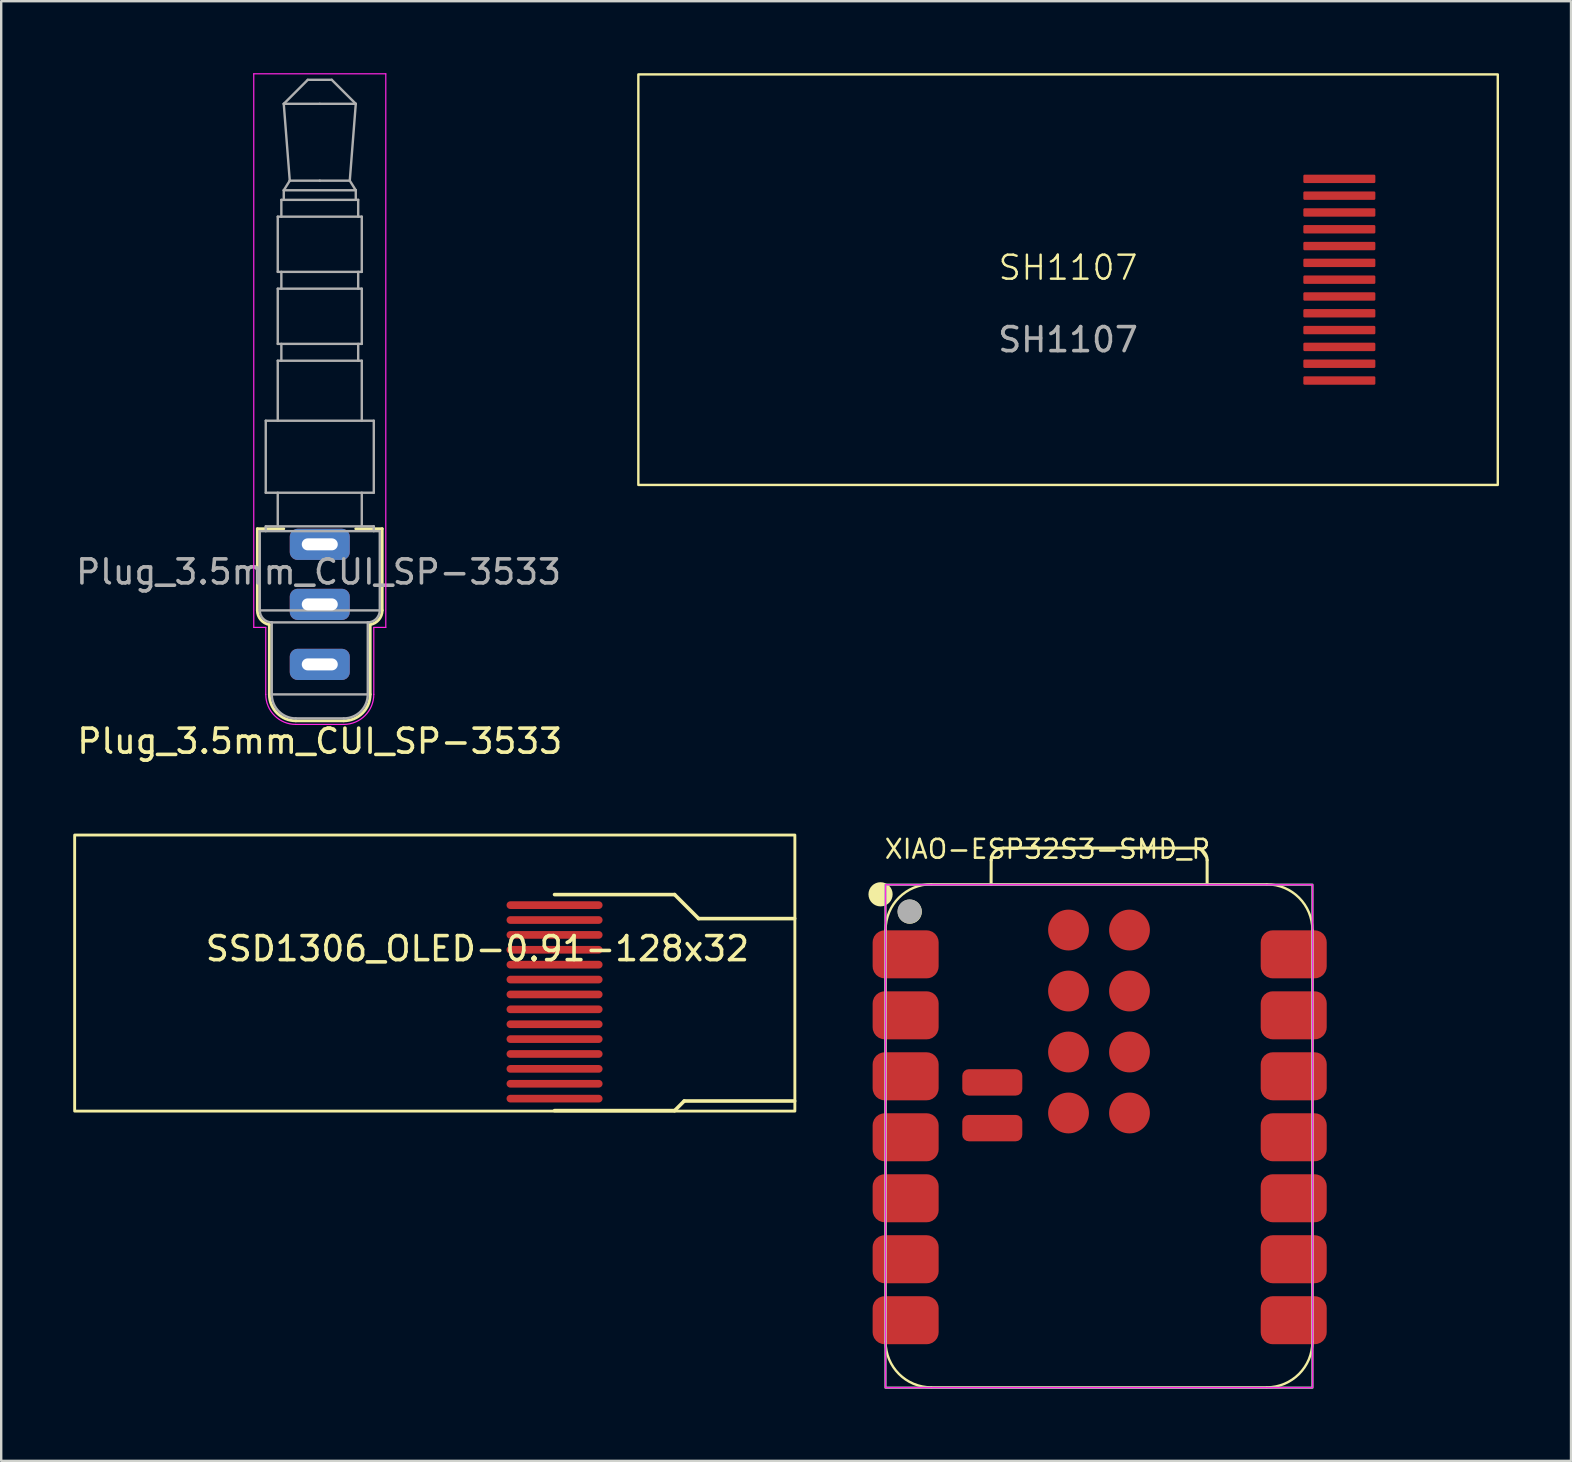
<source format=kicad_pcb>
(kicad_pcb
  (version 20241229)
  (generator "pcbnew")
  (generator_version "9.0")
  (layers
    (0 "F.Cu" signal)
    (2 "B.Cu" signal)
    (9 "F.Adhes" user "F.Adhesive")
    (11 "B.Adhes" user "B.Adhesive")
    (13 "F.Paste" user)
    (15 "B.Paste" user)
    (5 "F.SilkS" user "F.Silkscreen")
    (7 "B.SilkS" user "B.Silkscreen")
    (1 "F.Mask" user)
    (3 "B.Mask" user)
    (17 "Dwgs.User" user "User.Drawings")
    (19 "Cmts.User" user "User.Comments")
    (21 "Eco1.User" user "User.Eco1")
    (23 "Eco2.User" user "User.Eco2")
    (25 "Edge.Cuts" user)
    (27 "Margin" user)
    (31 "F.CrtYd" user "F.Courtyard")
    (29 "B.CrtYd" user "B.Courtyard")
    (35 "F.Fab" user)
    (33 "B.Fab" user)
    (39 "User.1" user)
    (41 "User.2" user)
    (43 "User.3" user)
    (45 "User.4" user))
  (footprint "XIAO-ESP32S3-SMD_R"
    (layer "F.Cu")
    (at 42.735 44.276)
    (property "Reference" "XIAO-ESP32S3-SMD_R" (at -9 -11.5 0) (layer "F.SilkS") (effects (font (size 0.782 0.782) (thickness 0.107)) (justify left bottom)))
    (fp_line (start -8.896 8.56) (end -8.896 -8.585) (stroke (width 0.1) (type solid)) (layer "F.SilkS"))
    (fp_line (start -6.991 10.465) (end 6.979 10.465) (stroke (width 0.1) (type solid)) (layer "F.SilkS"))
    (fp_line (start -4.501 -10.49) (end -4.498 -11.5) (stroke (width 0.127) (type solid)) (layer "F.SilkS"))
    (fp_line (start -3.998 -12) (end 3.998 -12) (stroke (width 0.127) (type solid)) (layer "F.SilkS"))
    (fp_line (start 4.498 -11.5) (end 4.498 -10.49) (stroke (width 0.127) (type solid)) (layer "F.SilkS"))
    (fp_line (start 6.979 -10.49) (end -6.991 -10.49) (stroke (width 0.1) (type solid)) (layer "F.SilkS"))
    (fp_line (start 8.884 8.56) (end 8.884 -8.585) (stroke (width 0.1) (type solid)) (layer "F.SilkS"))
    (fp_arc (start -8.896364 -8.589) (mid -8.338402 -9.936038) (end -6.991364 -10.494) (stroke (width 0.1) (type solid)) (layer "F.SilkS"))
    (fp_arc (start -6.991364 10.465) (mid -8.338402 9.907038) (end -8.896364 8.56) (stroke (width 0.1) (type solid)) (layer "F.SilkS"))
    (fp_arc (start -4.497636 -11.500272) (mid -4.351088 -11.853644) (end -3.997636 -12) (stroke (width 0.127) (type default)) (layer "F.SilkS"))
    (fp_arc (start 3.997636 -12) (mid 4.351189 -11.853553) (end 4.497636 -11.5) (stroke (width 0.127) (type default)) (layer "F.SilkS"))
    (fp_arc (start 6.978636 -10.49) (mid 8.325674 -9.932038) (end 8.883636 -8.585) (stroke (width 0.1) (type solid)) (layer "F.SilkS"))
    (fp_arc (start 8.883636 8.56) (mid 8.325674 9.907038) (end 6.978636 10.465) (stroke (width 0.1) (type solid)) (layer "F.SilkS"))
    (fp_circle (center -9.106 -10.074) (end -9.106 -10.328) (stroke (width 0.5) (type solid)) (fill yes) (layer "F.SilkS"))
    (fp_circle (center -7.889 -9.351) (end -7.889 -9.605) (stroke (width 0.5) (type solid)) (fill yes) (layer "F.SilkS"))
    (fp_rect (start -8.899 -10.475) (end 8.891 10.473) (stroke (width 0.05) (type default)) (fill no) (layer "F.CrtYd"))
    (fp_rect (start -8.901 -10.475) (end 8.883 10.476) (stroke (width 0.1) (type default)) (fill no) (layer "F.Fab"))
    (fp_circle (center -7.897 -9.358) (end -7.897 -9.612) (stroke (width 0.5) (type solid)) (fill no) (layer "F.Fab"))
    (pad "1" smd roundrect (at -8.061 -7.573) (size 2.75 2) (layers "F.Cu" "F.Mask" "F.Paste") (roundrect_rratio 0.25))
    (pad "2" smd roundrect (at -8.061 -5.033) (size 2.75 2) (layers "F.Cu" "F.Mask" "F.Paste") (roundrect_rratio 0.25))
    (pad "3" smd roundrect (at -8.061 -2.493) (size 2.75 2) (layers "F.Cu" "F.Mask" "F.Paste") (roundrect_rratio 0.25))
    (pad "4" smd roundrect (at -8.061 0.047) (size 2.75 2) (layers "F.Cu" "F.Mask" "F.Paste") (roundrect_rratio 0.25))
    (pad "5" smd roundrect (at -8.061 2.587) (size 2.75 2) (layers "F.Cu" "F.Mask" "F.Paste") (roundrect_rratio 0.25))
    (pad "6" smd roundrect (at -8.061 5.127) (size 2.75 2) (layers "F.Cu" "F.Mask" "F.Paste") (roundrect_rratio 0.25))
    (pad "7" smd roundrect (at -8.061 7.667) (size 2.75 2) (layers "F.Cu" "F.Mask" "F.Paste") (roundrect_rratio 0.25))
    (pad "8" smd roundrect (at 8.104 7.667) (size 2.75 2) (layers "F.Cu" "F.Mask" "F.Paste") (roundrect_rratio 0.25))
    (pad "9" smd roundrect (at 8.104 5.127) (size 2.75 2) (layers "F.Cu" "F.Mask" "F.Paste") (roundrect_rratio 0.25))
    (pad "10" smd roundrect (at 8.104 2.587) (size 2.75 2) (layers "F.Cu" "F.Mask" "F.Paste") (roundrect_rratio 0.25))
    (pad "11" smd roundrect (at 8.104 0.047) (size 2.75 2) (layers "F.Cu" "F.Mask" "F.Paste") (roundrect_rratio 0.25))
    (pad "12" smd roundrect (at 8.104 -2.493) (size 2.75 2) (layers "F.Cu" "F.Mask" "F.Paste") (roundrect_rratio 0.25))
    (pad "13" smd roundrect (at 8.104 -5.033) (size 2.75 2) (layers "F.Cu" "F.Mask" "F.Paste") (roundrect_rratio 0.25))
    (pad "14" smd roundrect (at 8.104 -7.573) (size 2.75 2) (layers "F.Cu" "F.Mask" "F.Paste") (roundrect_rratio 0.25))
    (pad "15" smd roundrect (at -4.451 -0.335 180) (size 2.5 1.1) (layers "F.Cu" "F.Mask" "F.Paste") (roundrect_rratio 0.25))
    (pad "16" smd roundrect (at -4.451 -2.24 180) (size 2.5 1.1) (layers "F.Cu" "F.Mask" "F.Paste") (roundrect_rratio 0.25))
    (pad "17" smd circle (at -1.276 -8.585) (size 1.7 1.7) (layers "F.Cu" "F.Mask" "F.Paste"))
    (pad "18" smd circle (at 1.264 -8.585) (size 1.7 1.7) (layers "F.Cu" "F.Mask" "F.Paste"))
    (pad "19" smd circle (at -1.276 -6.045) (size 1.7 1.7) (layers "F.Cu" "F.Mask" "F.Paste"))
    (pad "20" smd circle (at 1.264 -6.045) (size 1.7 1.7) (layers "F.Cu" "F.Mask" "F.Paste"))
    (pad "21" smd circle (at -1.276 -3.505) (size 1.7 1.7) (layers "F.Cu" "F.Mask" "F.Paste"))
    (pad "22" smd circle (at 1.264 -3.505) (size 1.7 1.7) (layers "F.Cu" "F.Mask" "F.Paste"))
    (pad "23" smd circle (at -1.276 -0.965) (size 1.7 1.7) (layers "F.Cu" "F.Mask" "F.Paste"))
    (pad "24" smd circle (at 1.264 -0.965) (size 1.7 1.7) (layers "F.Cu" "F.Mask" "F.Paste")))
  (footprint "SSD1306_OLED-0.91-128x32"
    (layer "F.Cu")
    (at 15.06 37.483)
    (property "Reference" "SSD1306_OLED-0.91-128x32" (at 1.778 -1.016 0) (layer "F.SilkS") (effects (font (size 1 1) (thickness 0.15))))
    (attr through_hole)
    (fp_line (start 4.99 -3.27) (end 9.99 -3.27) (stroke (width 0.15) (type solid)) (layer "F.SilkS"))
    (fp_line (start 4.99 5.73) (end 9.99 5.73) (stroke (width 0.15) (type solid)) (layer "F.SilkS"))
    (fp_line (start 9.99 -3.27) (end 10.99 -2.27) (stroke (width 0.15) (type solid)) (layer "F.SilkS"))
    (fp_line (start 9.99 5.73) (end 10.39 5.33) (stroke (width 0.15) (type solid)) (layer "F.SilkS"))
    (fp_line (start 10.39 5.33) (end 14.99 5.33) (stroke (width 0.15) (type solid)) (layer "F.SilkS"))
    (fp_line (start 10.99 -2.27) (end 14.99 -2.27) (stroke (width 0.15) (type solid)) (layer "F.SilkS"))
    (fp_rect (start -15 -5.75) (end 15 5.75) (stroke (width 0.12) (type solid)) (fill no) (layer "F.SilkS"))
    (pad "1" smd oval (at 4.99 5.23) (size 4 0.32) (layers "F.Cu" "F.Mask" "F.Paste"))
    (pad "2" smd oval (at 4.99 4.61) (size 4 0.32) (layers "F.Cu" "F.Mask" "F.Paste"))
    (pad "3" smd oval (at 4.99 3.99) (size 4 0.32) (layers "F.Cu" "F.Mask" "F.Paste"))
    (pad "4" smd oval (at 4.99 3.37) (size 4 0.32) (layers "F.Cu" "F.Mask" "F.Paste"))
    (pad "5" smd oval (at 4.99 2.75) (size 4 0.32) (layers "F.Cu" "F.Mask" "F.Paste"))
    (pad "6" smd oval (at 4.99 2.13) (size 4 0.32) (layers "F.Cu" "F.Mask" "F.Paste"))
    (pad "7" smd oval (at 4.99 1.51) (size 4 0.32) (layers "F.Cu" "F.Mask" "F.Paste"))
    (pad "8" smd oval (at 4.99 0.89) (size 4 0.32) (layers "F.Cu" "F.Mask" "F.Paste"))
    (pad "9" smd oval (at 4.99 0.27) (size 4 0.32) (layers "F.Cu" "F.Mask" "F.Paste"))
    (pad "10" smd oval (at 4.99 -0.35) (size 4 0.32) (layers "F.Cu" "F.Mask" "F.Paste"))
    (pad "11" smd oval (at 4.99 -0.97) (size 4 0.32) (layers "F.Cu" "F.Mask" "F.Paste"))
    (pad "12" smd oval (at 4.99 -1.59) (size 4 0.32) (layers "F.Cu" "F.Mask" "F.Paste"))
    (pad "13" smd oval (at 4.99 -2.21) (size 4 0.32) (layers "F.Cu" "F.Mask" "F.Paste"))
    (pad "14" smd oval (at 4.99 -2.83) (size 4 0.32) (layers "F.Cu" "F.Mask" "F.Paste")))
  (footprint "SH1107"
    (layer "F.Cu")
    (at 41.44 8.6)
    (property "Reference" "SH1107" (at 0 -0.5 0) (unlocked yes) (layer "F.SilkS") (effects (font (size 1 1) (thickness 0.1))))
    (attr smd)
    (fp_rect (start -17.9 -8.55) (end 17.9 8.55) (stroke (width 0.1) (type solid)) (fill no) (layer "F.SilkS"))
    (fp_text user "${REFERENCE}" (at 0 2.5 0) (unlocked yes) (layer "F.Fab") (effects (font (size 1 1) (thickness 0.15))))
    (pad "1" smd roundrect (at 11.3 -4.2) (size 3 0.35) (layers "F.Cu" "F.Mask" "F.Paste") (roundrect_rratio 0.15))
    (pad "2" smd roundrect (at 11.3 -3.5) (size 3 0.35) (layers "F.Cu" "F.Mask" "F.Paste") (roundrect_rratio 0.15))
    (pad "3" smd roundrect (at 11.3 -2.8) (size 3 0.35) (layers "F.Cu" "F.Mask" "F.Paste") (roundrect_rratio 0.15))
    (pad "4" smd roundrect (at 11.3 -2.1) (size 3 0.35) (layers "F.Cu" "F.Mask" "F.Paste") (roundrect_rratio 0.15))
    (pad "5" smd roundrect (at 11.3 -1.4) (size 3 0.35) (layers "F.Cu" "F.Mask" "F.Paste") (roundrect_rratio 0.15))
    (pad "6" smd roundrect (at 11.3 -0.7) (size 3 0.35) (layers "F.Cu" "F.Mask" "F.Paste") (roundrect_rratio 0.15))
    (pad "7" smd roundrect (at 11.3 0) (size 3 0.35) (layers "F.Cu" "F.Mask" "F.Paste") (roundrect_rratio 0.15))
    (pad "8" smd roundrect (at 11.3 0.7) (size 3 0.35) (layers "F.Cu" "F.Mask" "F.Paste") (roundrect_rratio 0.15))
    (pad "9" smd roundrect (at 11.3 1.4) (size 3 0.35) (layers "F.Cu" "F.Mask" "F.Paste") (roundrect_rratio 0.15))
    (pad "10" smd roundrect (at 11.3 2.1) (size 3 0.35) (layers "F.Cu" "F.Mask" "F.Paste") (roundrect_rratio 0.15))
    (pad "11" smd roundrect (at 11.3 2.8) (size 3 0.35) (layers "F.Cu" "F.Mask" "F.Paste") (roundrect_rratio 0.15))
    (pad "12" smd roundrect (at 11.3 3.5) (size 3 0.35) (layers "F.Cu" "F.Mask" "F.Paste") (roundrect_rratio 0.15))
    (pad "13" smd roundrect (at 11.3 4.2) (size 3 0.35) (layers "F.Cu" "F.Mask" "F.Paste") (roundrect_rratio 0.15)))
  (footprint "Plug_3.5mm_CUI_SP-3533"
    (layer "F.Cu")
    (at 10.27 19.625)
    (property "Reference" "Plug_3.5mm_CUI_SP-3533" (at 0 8.2 0) (layer "F.SilkS") (effects (font (size 1 1) (thickness 0.15))))
    (attr through_hole)
    (fp_line (start -2.6 -0.65) (end -1.5 -0.65) (stroke (width 0.12) (type solid)) (layer "F.SilkS"))
    (fp_line (start -2.6 2.75) (end -2.6 -0.65) (stroke (width 0.12) (type solid)) (layer "F.SilkS"))
    (fp_line (start -2.1 6.25) (end -2.1 3.342) (stroke (width 0.12) (type solid)) (layer "F.SilkS"))
    (fp_line (start 1 7.35) (end -1 7.35) (stroke (width 0.12) (type solid)) (layer "F.SilkS"))
    (fp_line (start 1.5 -0.65) (end 2.6 -0.65) (stroke (width 0.12) (type solid)) (layer "F.SilkS"))
    (fp_line (start 2.1 3.342) (end 2.1 6.25) (stroke (width 0.12) (type solid)) (layer "F.SilkS"))
    (fp_line (start 2.6 -0.65) (end 2.6 2.75) (stroke (width 0.12) (type solid)) (layer "F.SilkS"))
    (fp_arc (start -2.1 3.341608) (mid -2.458258 3.137298) (end -2.6 2.75) (stroke (width 0.12) (type solid)) (layer "F.SilkS"))
    (fp_arc (start -1 7.35) (mid -1.777817 7.027817) (end -2.1 6.25) (stroke (width 0.12) (type solid)) (layer "F.SilkS"))
    (fp_arc (start 2.1 6.25) (mid 1.777817 7.027817) (end 1 7.35) (stroke (width 0.12) (type solid)) (layer "F.SilkS"))
    (fp_arc (start 2.6 2.75) (mid 2.458258 3.137298) (end 2.1 3.341608) (stroke (width 0.12) (type solid)) (layer "F.SilkS"))
    (fp_line (start -2.75 -19.6) (end 2.75 -19.6) (stroke (width 0.05) (type solid)) (layer "F.CrtYd"))
    (fp_line (start -2.75 3.46) (end -2.75 -19.6) (stroke (width 0.05) (type solid)) (layer "F.CrtYd"))
    (fp_line (start -2.75 3.46) (end -2.25 3.46) (stroke (width 0.05) (type solid)) (layer "F.CrtYd"))
    (fp_line (start -2.25 6.25) (end -2.25 3.46) (stroke (width 0.05) (type solid)) (layer "F.CrtYd"))
    (fp_line (start 1 7.5) (end -1 7.5) (stroke (width 0.05) (type solid)) (layer "F.CrtYd"))
    (fp_line (start 2.25 3.46) (end 2.25 6.25) (stroke (width 0.05) (type solid)) (layer "F.CrtYd"))
    (fp_line (start 2.25 3.46) (end 2.75 3.46) (stroke (width 0.05) (type solid)) (layer "F.CrtYd"))
    (fp_line (start 2.75 -19.6) (end 2.75 3.46) (stroke (width 0.05) (type solid)) (layer "F.CrtYd"))
    (fp_arc (start -1 7.5) (mid -1.883883 7.133883) (end -2.25 6.25) (stroke (width 0.05) (type solid)) (layer "F.CrtYd"))
    (fp_arc (start 2.25 6.25) (mid 1.883883 7.133883) (end 1 7.5) (stroke (width 0.05) (type solid)) (layer "F.CrtYd"))
    (fp_line (start -2.5 -0.55) (end 2.5 -0.55) (stroke (width 0.1) (type solid)) (layer "F.Fab"))
    (fp_line (start -2.5 2.75) (end -2.5 -0.55) (stroke (width 0.1) (type solid)) (layer "F.Fab"))
    (fp_line (start -2.5 2.75) (end 2.5 2.75) (stroke (width 0.1) (type solid)) (layer "F.Fab"))
    (fp_line (start -2.25 -5.15) (end -2.25 -2.15) (stroke (width 0.1) (type solid)) (layer "F.Fab"))
    (fp_line (start -2.25 -0.75) (end -2.25 -0.55) (stroke (width 0.1) (type solid)) (layer "F.Fab"))
    (fp_line (start -2 3.25) (end 2 3.25) (stroke (width 0.1) (type solid)) (layer "F.Fab"))
    (fp_line (start -2 6.25) (end -2 3.25) (stroke (width 0.1) (type solid)) (layer "F.Fab"))
    (fp_line (start -2 6.25) (end 2 6.25) (stroke (width 0.1) (type solid)) (layer "F.Fab"))
    (fp_line (start -1.75 -13.65) (end -1.75 -11.35) (stroke (width 0.1) (type solid)) (layer "F.Fab"))
    (fp_line (start -1.75 -13.65) (end 1.75 -13.65) (stroke (width 0.1) (type solid)) (layer "F.Fab"))
    (fp_line (start -1.75 -11.35) (end 1.75 -11.35) (stroke (width 0.1) (type solid)) (layer "F.Fab"))
    (fp_line (start -1.75 -10.65) (end -1.75 -8.35) (stroke (width 0.1) (type solid)) (layer "F.Fab"))
    (fp_line (start -1.75 -10.65) (end 1.75 -10.65) (stroke (width 0.1) (type solid)) (layer "F.Fab"))
    (fp_line (start -1.75 -8.35) (end 1.75 -8.35) (stroke (width 0.1) (type solid)) (layer "F.Fab"))
    (fp_line (start -1.75 -7.65) (end -1.75 -5.15) (stroke (width 0.1) (type solid)) (layer "F.Fab"))
    (fp_line (start -1.75 -7.65) (end 1.75 -7.65) (stroke (width 0.1) (type solid)) (layer "F.Fab"))
    (fp_line (start -1.75 -2.15) (end -1.75 -0.75) (stroke (width 0.1) (type solid)) (layer "F.Fab"))
    (fp_line (start -1.6 -14.35) (end -1.6 -13.65) (stroke (width 0.1) (type solid)) (layer "F.Fab"))
    (fp_line (start -1.6 -14.35) (end 1.6 -14.35) (stroke (width 0.1) (type solid)) (layer "F.Fab"))
    (fp_line (start -1.6 -11.35) (end -1.6 -10.65) (stroke (width 0.1) (type solid)) (layer "F.Fab"))
    (fp_line (start -1.6 -8.35) (end -1.6 -7.65) (stroke (width 0.1) (type solid)) (layer "F.Fab"))
    (fp_line (start -1.5 -18.35) (end -1.25 -15.15) (stroke (width 0.1) (type solid)) (layer "F.Fab"))
    (fp_line (start -1.5 -14.75) (end -1.5 -14.35) (stroke (width 0.1) (type solid)) (layer "F.Fab"))
    (fp_line (start -1.5 -14.75) (end 1.5 -14.75) (stroke (width 0.1) (type solid)) (layer "F.Fab"))
    (fp_line (start -1.25 -15.15) (end -1.5 -14.75) (stroke (width 0.1) (type solid)) (layer "F.Fab"))
    (fp_line (start -0.5 -19.35) (end -1.5 -18.35) (stroke (width 0.1) (type solid)) (layer "F.Fab"))
    (fp_line (start 0 -18.35) (end -1.5 -18.35) (stroke (width 0.1) (type solid)) (layer "F.Fab"))
    (fp_line (start 0 -15.15) (end -1.25 -15.15) (stroke (width 0.1) (type solid)) (layer "F.Fab"))
    (fp_line (start 0.5 -19.35) (end -0.5 -19.35) (stroke (width 0.1) (type solid)) (layer "F.Fab"))
    (fp_line (start 1 7.25) (end -1 7.25) (stroke (width 0.1) (type solid)) (layer "F.Fab"))
    (fp_line (start 1.25 -15.15) (end 0 -15.15) (stroke (width 0.1) (type solid)) (layer "F.Fab"))
    (fp_line (start 1.25 -15.15) (end 1.5 -18.35) (stroke (width 0.1) (type solid)) (layer "F.Fab"))
    (fp_line (start 1.5 -18.35) (end 0 -18.35) (stroke (width 0.1) (type solid)) (layer "F.Fab"))
    (fp_line (start 1.5 -18.35) (end 0.5 -19.35) (stroke (width 0.1) (type solid)) (layer "F.Fab"))
    (fp_line (start 1.5 -14.75) (end 1.25 -15.15) (stroke (width 0.1) (type solid)) (layer "F.Fab"))
    (fp_line (start 1.5 -14.35) (end 1.5 -14.75) (stroke (width 0.1) (type solid)) (layer "F.Fab"))
    (fp_line (start 1.6 -13.65) (end 1.6 -14.35) (stroke (width 0.1) (type solid)) (layer "F.Fab"))
    (fp_line (start 1.6 -10.65) (end 1.6 -11.35) (stroke (width 0.1) (type solid)) (layer "F.Fab"))
    (fp_line (start 1.6 -7.65) (end 1.6 -8.35) (stroke (width 0.1) (type solid)) (layer "F.Fab"))
    (fp_line (start 1.75 -11.35) (end 1.75 -13.65) (stroke (width 0.1) (type solid)) (layer "F.Fab"))
    (fp_line (start 1.75 -8.35) (end 1.75 -10.65) (stroke (width 0.1) (type solid)) (layer "F.Fab"))
    (fp_line (start 1.75 -5.15) (end 1.75 -7.65) (stroke (width 0.1) (type solid)) (layer "F.Fab"))
    (fp_line (start 1.75 -0.75) (end 1.75 -2.15) (stroke (width 0.1) (type solid)) (layer "F.Fab"))
    (fp_line (start 2 3.25) (end 2 6.25) (stroke (width 0.1) (type solid)) (layer "F.Fab"))
    (fp_line (start 2.25 -5.15) (end -2.25 -5.15) (stroke (width 0.1) (type solid)) (layer "F.Fab"))
    (fp_line (start 2.25 -2.15) (end -2.25 -2.15) (stroke (width 0.1) (type solid)) (layer "F.Fab"))
    (fp_line (start 2.25 -2.15) (end 2.25 -5.15) (stroke (width 0.1) (type solid)) (layer "F.Fab"))
    (fp_line (start 2.25 -0.75) (end -2.25 -0.75) (stroke (width 0.1) (type solid)) (layer "F.Fab"))
    (fp_line (start 2.25 -0.55) (end 2.25 -0.75) (stroke (width 0.1) (type solid)) (layer "F.Fab"))
    (fp_line (start 2.5 -0.55) (end 2.5 2.75) (stroke (width 0.1) (type solid)) (layer "F.Fab"))
    (fp_arc (start -2 3.25) (mid -2.353553 3.103553) (end -2.5 2.75) (stroke (width 0.1) (type solid)) (layer "F.Fab"))
    (fp_arc (start -1 7.25) (mid -1.707107 6.957107) (end -2 6.25) (stroke (width 0.1) (type solid)) (layer "F.Fab"))
    (fp_arc (start 2 6.25) (mid 1.707107 6.957107) (end 1 7.25) (stroke (width 0.1) (type solid)) (layer "F.Fab"))
    (fp_arc (start 2.5 2.75) (mid 2.353553 3.103553) (end 2 3.25) (stroke (width 0.1) (type solid)) (layer "F.Fab"))
    (fp_text user "${REFERENCE}" (at -0.05 1.15 0) (layer "F.Fab") (effects (font (size 1 1) (thickness 0.15))))
    (pad "R" thru_hole roundrect (at 0 2.5) (size 2.5 1.3) (drill oval 1.5 0.5) (layers "*.Cu" "*.Mask") (roundrect_rratio 0.25))
    (pad "S" thru_hole roundrect (at 0 0) (size 2.5 1.3) (drill oval 1.5 0.5) (layers "*.Cu" "*.Mask") (roundrect_rratio 0.25))
    (pad "T" thru_hole roundrect (at 0 5) (size 2.5 1.3) (drill oval 1.5 0.5) (layers "*.Cu" "*.Mask") (roundrect_rratio 0.25)))
  (gr_rect
    (start -3 -3)
    (end 62.39 57.802)
    (stroke (width 0.1) (type default))
    (fill no)
    (layer "Edge.Cuts")))
</source>
